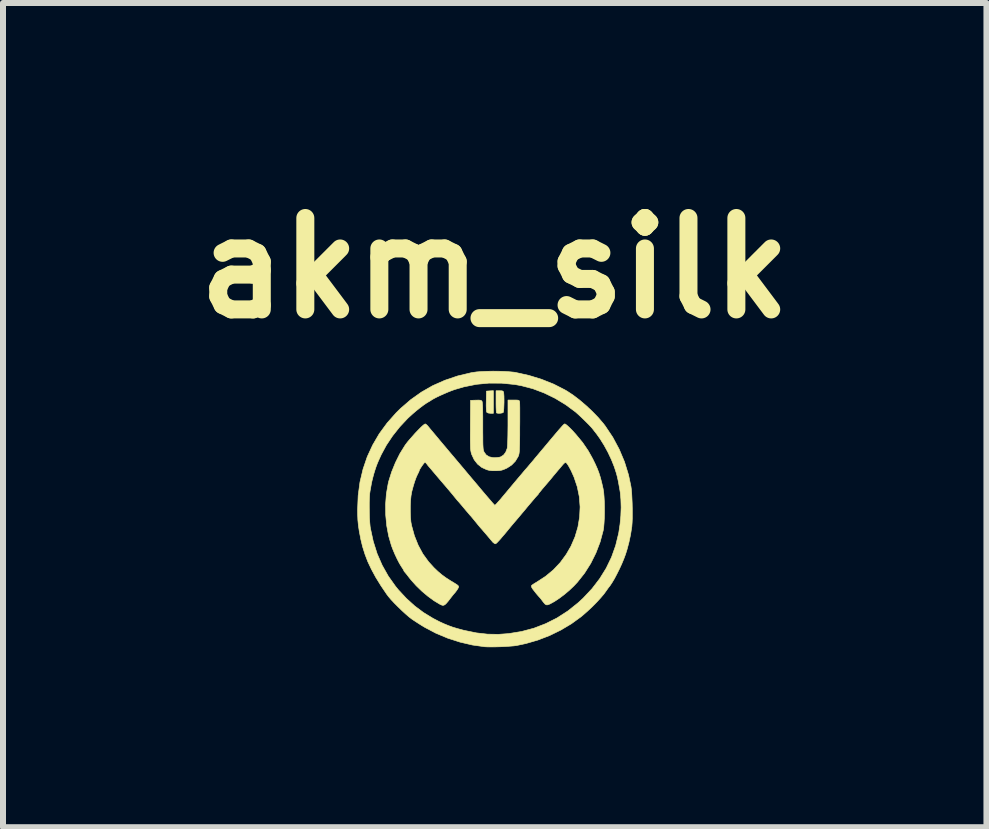
<source format=kicad_pcb>
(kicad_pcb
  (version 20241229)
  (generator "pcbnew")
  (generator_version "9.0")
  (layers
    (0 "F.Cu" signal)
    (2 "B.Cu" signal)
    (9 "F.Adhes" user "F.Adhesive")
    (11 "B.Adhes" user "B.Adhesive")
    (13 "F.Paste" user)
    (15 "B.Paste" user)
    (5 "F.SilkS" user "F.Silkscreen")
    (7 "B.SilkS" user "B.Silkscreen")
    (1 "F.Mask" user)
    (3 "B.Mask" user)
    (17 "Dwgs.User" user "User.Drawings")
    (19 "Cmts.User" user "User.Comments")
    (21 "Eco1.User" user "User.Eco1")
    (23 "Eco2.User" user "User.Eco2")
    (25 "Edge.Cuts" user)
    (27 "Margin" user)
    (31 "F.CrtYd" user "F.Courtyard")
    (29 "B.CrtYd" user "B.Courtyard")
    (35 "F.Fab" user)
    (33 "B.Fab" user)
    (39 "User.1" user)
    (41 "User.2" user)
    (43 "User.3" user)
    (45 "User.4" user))
  (footprint "akm_silk"
    (layer "F.Cu")
    (at 5.196 5.418)
    (property "Reference" "akm_silk" (at 0 -4 0) (layer "F.SilkS") (effects (font (size 1.524 1.524) (thickness 0.3))))
    (attr through_hole)
    (fp_poly (pts (xy -0.022 -1.579) (xy -0.07 -1.579) (xy -0.105 -1.583) (xy -0.128 -1.592) (xy -0.131 -1.595) (xy -0.137 -1.612) (xy -0.14 -1.649) (xy -0.142 -1.706) (xy -0.141 -1.779) (xy -0.138 -1.949) (xy -0.08 -1.953) (xy -0.022 -1.956) (xy -0.022 -1.579)) (stroke (width 0.01) (type solid)) (fill yes) (layer "F.SilkS"))
    (fp_poly (pts (xy 0.117 -1.954) (xy 0.136 -1.949) (xy 0.145 -1.938) (xy 0.148 -1.93) (xy 0.151 -1.904) (xy 0.154 -1.864) (xy 0.155 -1.814) (xy 0.155 -1.76) (xy 0.153 -1.706) (xy 0.151 -1.658) (xy 0.148 -1.62) (xy 0.143 -1.597) (xy 0.141 -1.592) (xy 0.123 -1.585) (xy 0.093 -1.58) (xy 0.061 -1.579) (xy 0.036 -1.583) (xy 0.029 -1.587) (xy 0.027 -1.6) (xy 0.025 -1.631) (xy 0.023 -1.676) (xy 0.022 -1.732) (xy 0.022 -1.774) (xy 0.022 -1.955) (xy 0.082 -1.955) (xy 0.117 -1.954)) (stroke (width 0.01) (type solid)) (fill yes) (layer "F.SilkS"))
    (fp_poly (pts (xy 0.36 -1.8) (xy 0.388 -1.798) (xy 0.404 -1.793) (xy 0.411 -1.784) (xy 0.414 -1.775) (xy 0.416 -1.759) (xy 0.417 -1.723) (xy 0.418 -1.67) (xy 0.418 -1.603) (xy 0.418 -1.524) (xy 0.418 -1.436) (xy 0.417 -1.342) (xy 0.417 -1.331) (xy 0.417 -1.223) (xy 0.416 -1.135) (xy 0.415 -1.065) (xy 0.413 -1.01) (xy 0.412 -0.967) (xy 0.409 -0.935) (xy 0.406 -0.911) (xy 0.402 -0.892) (xy 0.398 -0.877) (xy 0.392 -0.863) (xy 0.39 -0.858) (xy 0.343 -0.78) (xy 0.283 -0.718) (xy 0.207 -0.668) (xy 0.201 -0.665) (xy 0.156 -0.645) (xy 0.119 -0.632) (xy 0.081 -0.625) (xy 0.031 -0.622) (xy 0.024 -0.622) (xy -0.041 -0.622) (xy -0.092 -0.628) (xy -0.133 -0.639) (xy -0.216 -0.677) (xy -0.286 -0.733) (xy -0.342 -0.805) (xy -0.383 -0.892) (xy -0.387 -0.905) (xy -0.393 -0.925) (xy -0.397 -0.945) (xy -0.401 -0.968) (xy -0.404 -0.996) (xy -0.405 -1.033) (xy -0.406 -1.08) (xy -0.407 -1.14) (xy -0.407 -1.215) (xy -0.406 -1.309) (xy -0.406 -1.385) (xy -0.403 -1.795) (xy -0.315 -1.798) (xy -0.269 -1.799) (xy -0.24 -1.797) (xy -0.223 -1.791) (xy -0.213 -1.782) (xy -0.209 -1.771) (xy -0.206 -1.75) (xy -0.203 -1.716) (xy -0.201 -1.668) (xy -0.2 -1.603) (xy -0.199 -1.521) (xy -0.199 -1.419) (xy -0.199 -1.371) (xy -0.199 -1.267) (xy -0.198 -1.183) (xy -0.198 -1.116) (xy -0.197 -1.063) (xy -0.195 -1.024) (xy -0.193 -0.994) (xy -0.19 -0.972) (xy -0.186 -0.956) (xy -0.181 -0.942) (xy -0.177 -0.933) (xy -0.143 -0.886) (xy -0.095 -0.855) (xy -0.033 -0.841) (xy -0.001 -0.839) (xy 0.043 -0.842) (xy 0.083 -0.848) (xy 0.104 -0.855) (xy 0.148 -0.884) (xy 0.183 -0.93) (xy 0.206 -0.989) (xy 0.21 -1.005) (xy 0.212 -1.03) (xy 0.215 -1.074) (xy 0.217 -1.134) (xy 0.219 -1.207) (xy 0.22 -1.289) (xy 0.221 -1.377) (xy 0.221 -1.432) (xy 0.221 -1.8) (xy 0.315 -1.8) (xy 0.36 -1.8)) (stroke (width 0.01) (type solid)) (fill yes) (layer "F.SilkS"))
    (fp_poly (pts (xy 0.07 -2.28) (xy 0.166 -2.277) (xy 0.252 -2.271) (xy 0.325 -2.264) (xy 0.348 -2.26) (xy 0.568 -2.211) (xy 0.78 -2.146) (xy 0.981 -2.066) (xy 1.167 -1.971) (xy 1.207 -1.948) (xy 1.307 -1.882) (xy 1.413 -1.801) (xy 1.521 -1.709) (xy 1.626 -1.611) (xy 1.723 -1.511) (xy 1.807 -1.413) (xy 1.841 -1.369) (xy 1.968 -1.179) (xy 2.075 -0.979) (xy 2.163 -0.77) (xy 2.23 -0.553) (xy 2.27 -0.364) (xy 2.277 -0.314) (xy 2.283 -0.246) (xy 2.287 -0.167) (xy 2.291 -0.08) (xy 2.293 0.01) (xy 2.293 0.097) (xy 2.293 0.177) (xy 2.29 0.246) (xy 2.286 0.298) (xy 2.286 0.304) (xy 2.264 0.445) (xy 2.237 0.572) (xy 2.204 0.696) (xy 2.18 0.772) (xy 2.152 0.847) (xy 2.118 0.929) (xy 2.079 1.014) (xy 2.037 1.098) (xy 1.996 1.176) (xy 1.956 1.243) (xy 1.92 1.297) (xy 1.903 1.318) (xy 1.883 1.345) (xy 1.862 1.375) (xy 1.821 1.432) (xy 1.765 1.498) (xy 1.698 1.571) (xy 1.624 1.646) (xy 1.545 1.72) (xy 1.465 1.79) (xy 1.436 1.814) (xy 1.276 1.93) (xy 1.101 2.034) (xy 0.915 2.125) (xy 0.72 2.2) (xy 0.521 2.258) (xy 0.362 2.292) (xy 0.314 2.298) (xy 0.25 2.303) (xy 0.175 2.308) (xy 0.094 2.312) (xy 0.014 2.314) (xy -0.06 2.315) (xy -0.123 2.314) (xy -0.166 2.312) (xy -0.372 2.283) (xy -0.581 2.234) (xy -0.786 2.168) (xy -0.983 2.085) (xy -1.165 1.989) (xy -1.223 1.954) (xy -1.286 1.914) (xy -1.344 1.876) (xy -1.38 1.852) (xy -1.428 1.815) (xy -1.485 1.766) (xy -1.547 1.709) (xy -1.611 1.647) (xy -1.673 1.585) (xy -1.728 1.526) (xy -1.772 1.474) (xy -1.797 1.441) (xy -1.898 1.292) (xy -1.983 1.154) (xy -2.054 1.023) (xy -2.114 0.897) (xy -2.162 0.772) (xy -2.202 0.645) (xy -2.234 0.513) (xy -2.236 0.5) (xy -2.257 0.391) (xy -2.272 0.293) (xy -2.281 0.2) (xy -2.285 0.103) (xy -2.286 0.025) (xy -2.284 -0.013) (xy -2.091 -0.013) (xy -2.09 0.075) (xy -2.088 0.16) (xy -2.083 0.238) (xy -2.077 0.305) (xy -2.072 0.337) (xy -2.025 0.555) (xy -1.96 0.761) (xy -1.876 0.954) (xy -1.774 1.135) (xy -1.654 1.304) (xy -1.606 1.363) (xy -1.472 1.507) (xy -1.334 1.632) (xy -1.187 1.742) (xy -1.028 1.839) (xy -0.922 1.894) (xy -0.846 1.929) (xy -0.773 1.959) (xy -0.699 1.986) (xy -0.618 2.01) (xy -0.522 2.036) (xy -0.495 2.042) (xy -0.305 2.081) (xy -0.12 2.102) (xy 0.063 2.105) (xy 0.231 2.093) (xy 0.446 2.058) (xy 0.653 2.003) (xy 0.85 1.927) (xy 1.039 1.832) (xy 1.219 1.716) (xy 1.388 1.581) (xy 1.473 1.503) (xy 1.622 1.344) (xy 1.75 1.177) (xy 1.858 1.003) (xy 1.947 0.819) (xy 2.016 0.625) (xy 2.066 0.42) (xy 2.069 0.403) (xy 2.089 0.268) (xy 2.102 0.128) (xy 2.107 -0.011) (xy 2.103 -0.143) (xy 2.092 -0.263) (xy 2.087 -0.293) (xy 2.071 -0.384) (xy 2.057 -0.459) (xy 2.043 -0.522) (xy 2.028 -0.579) (xy 2.01 -0.635) (xy 1.993 -0.687) (xy 1.946 -0.805) (xy 1.888 -0.928) (xy 1.823 -1.047) (xy 1.754 -1.157) (xy 1.697 -1.237) (xy 1.669 -1.272) (xy 1.646 -1.302) (xy 1.631 -1.321) (xy 1.629 -1.324) (xy 1.61 -1.346) (xy 1.579 -1.379) (xy 1.539 -1.42) (xy 1.493 -1.465) (xy 1.447 -1.51) (xy 1.403 -1.551) (xy 1.365 -1.585) (xy 1.346 -1.602) (xy 1.182 -1.723) (xy 1.007 -1.829) (xy 0.824 -1.918) (xy 0.636 -1.989) (xy 0.445 -2.039) (xy 0.337 -2.059) (xy 0.118 -2.081) (xy -0.096 -2.082) (xy -0.306 -2.062) (xy -0.514 -2.02) (xy -0.665 -1.976) (xy -0.718 -1.957) (xy -0.779 -1.933) (xy -0.844 -1.905) (xy -0.907 -1.877) (xy -0.966 -1.849) (xy -1.014 -1.824) (xy -1.049 -1.804) (xy -1.06 -1.796) (xy -1.083 -1.781) (xy -1.105 -1.769) (xy -1.141 -1.747) (xy -1.19 -1.713) (xy -1.247 -1.67) (xy -1.307 -1.622) (xy -1.367 -1.571) (xy -1.422 -1.521) (xy -1.451 -1.494) (xy -1.584 -1.352) (xy -1.703 -1.202) (xy -1.807 -1.046) (xy -1.892 -0.889) (xy -1.926 -0.814) (xy -1.943 -0.776) (xy -1.959 -0.738) (xy -1.96 -0.735) (xy -1.976 -0.693) (xy -1.995 -0.636) (xy -2.015 -0.571) (xy -2.033 -0.504) (xy -2.048 -0.443) (xy -2.058 -0.393) (xy -2.06 -0.381) (xy -2.064 -0.359) (xy -2.07 -0.323) (xy -2.077 -0.287) (xy -2.084 -0.239) (xy -2.088 -0.175) (xy -2.091 -0.097) (xy -2.091 -0.013) (xy -2.284 -0.013) (xy -2.276 -0.209) (xy -2.246 -0.433) (xy -2.195 -0.648) (xy -2.125 -0.854) (xy -2.034 -1.051) (xy -1.924 -1.239) (xy -1.793 -1.418) (xy -1.642 -1.588) (xy -1.57 -1.659) (xy -1.401 -1.805) (xy -1.222 -1.932) (xy -1.033 -2.04) (xy -0.832 -2.129) (xy -0.62 -2.201) (xy -0.394 -2.255) (xy -0.364 -2.26) (xy -0.301 -2.269) (xy -0.22 -2.275) (xy -0.128 -2.279) (xy -0.03 -2.281) (xy 0.07 -2.28)) (stroke (width 0.01) (type solid)) (fill yes) (layer "F.SilkS"))
    (fp_poly (pts (xy 1.184 -1.395) (xy 1.212 -1.372) (xy 1.249 -1.338) (xy 1.292 -1.295) (xy 1.338 -1.244) (xy 1.35 -1.231) (xy 1.465 -1.092) (xy 1.56 -0.952) (xy 1.633 -0.821) (xy 1.675 -0.735) (xy 1.709 -0.659) (xy 1.737 -0.586) (xy 1.761 -0.51) (xy 1.783 -0.425) (xy 1.806 -0.325) (xy 1.807 -0.32) (xy 1.816 -0.265) (xy 1.822 -0.193) (xy 1.827 -0.108) (xy 1.829 -0.017) (xy 1.829 0.077) (xy 1.827 0.169) (xy 1.822 0.253) (xy 1.816 0.325) (xy 1.808 0.375) (xy 1.757 0.565) (xy 1.687 0.748) (xy 1.6 0.923) (xy 1.497 1.086) (xy 1.378 1.236) (xy 1.32 1.298) (xy 1.242 1.372) (xy 1.159 1.442) (xy 1.075 1.505) (xy 0.995 1.558) (xy 0.922 1.598) (xy 0.903 1.606) (xy 0.878 1.614) (xy 0.859 1.613) (xy 0.839 1.601) (xy 0.815 1.574) (xy 0.792 1.544) (xy 0.771 1.516) (xy 0.753 1.494) (xy 0.748 1.489) (xy 0.723 1.461) (xy 0.693 1.426) (xy 0.664 1.389) (xy 0.638 1.356) (xy 0.622 1.332) (xy 0.619 1.328) (xy 0.612 1.305) (xy 0.613 1.292) (xy 0.625 1.282) (xy 0.651 1.264) (xy 0.687 1.242) (xy 0.699 1.235) (xy 0.848 1.138) (xy 0.978 1.03) (xy 1.093 0.908) (xy 1.193 0.771) (xy 1.271 0.636) (xy 1.339 0.479) (xy 1.387 0.316) (xy 1.415 0.149) (xy 1.423 -0.019) (xy 1.41 -0.188) (xy 1.376 -0.354) (xy 1.322 -0.515) (xy 1.274 -0.622) (xy 1.241 -0.684) (xy 1.215 -0.727) (xy 1.195 -0.752) (xy 1.18 -0.761) (xy 1.178 -0.761) (xy 1.165 -0.753) (xy 1.143 -0.732) (xy 1.118 -0.703) (xy 1.089 -0.668) (xy 1.062 -0.637) (xy 1.046 -0.618) (xy 1.026 -0.594) (xy 0.999 -0.562) (xy 0.977 -0.536) (xy 0.953 -0.506) (xy 0.919 -0.465) (xy 0.879 -0.418) (xy 0.837 -0.369) (xy 0.831 -0.362) (xy 0.794 -0.319) (xy 0.764 -0.282) (xy 0.741 -0.254) (xy 0.73 -0.239) (xy 0.729 -0.236) (xy 0.721 -0.224) (xy 0.714 -0.217) (xy 0.703 -0.205) (xy 0.679 -0.179) (xy 0.647 -0.141) (xy 0.607 -0.094) (xy 0.563 -0.042) (xy 0.551 -0.028) (xy 0.502 0.032) (xy 0.452 0.091) (xy 0.406 0.146) (xy 0.367 0.192) (xy 0.338 0.226) (xy 0.337 0.227) (xy 0.302 0.268) (xy 0.268 0.309) (xy 0.24 0.343) (xy 0.234 0.35) (xy 0.208 0.382) (xy 0.184 0.411) (xy 0.175 0.422) (xy 0.124 0.481) (xy 0.086 0.526) (xy 0.057 0.557) (xy 0.037 0.578) (xy 0.023 0.59) (xy 0.013 0.595) (xy 0.009 0.596) (xy -0.008 0.588) (xy -0.032 0.569) (xy -0.04 0.559) (xy -0.064 0.531) (xy -0.095 0.494) (xy -0.121 0.463) (xy -0.154 0.424) (xy -0.188 0.385) (xy -0.21 0.359) (xy -0.236 0.33) (xy -0.269 0.291) (xy -0.304 0.248) (xy -0.317 0.232) (xy -0.349 0.193) (xy -0.377 0.159) (xy -0.398 0.134) (xy -0.405 0.127) (xy -0.42 0.11) (xy -0.445 0.08) (xy -0.478 0.042) (xy -0.513 0) (xy -0.548 -0.042) (xy -0.579 -0.078) (xy -0.602 -0.105) (xy -0.615 -0.119) (xy -0.615 -0.119) (xy -0.629 -0.135) (xy -0.651 -0.162) (xy -0.67 -0.185) (xy -0.698 -0.22) (xy -0.734 -0.263) (xy -0.769 -0.305) (xy -0.773 -0.309) (xy -0.804 -0.346) (xy -0.833 -0.38) (xy -0.854 -0.404) (xy -0.857 -0.408) (xy -0.874 -0.428) (xy -0.902 -0.46) (xy -0.935 -0.499) (xy -0.957 -0.525) (xy -0.989 -0.563) (xy -1.017 -0.596) (xy -1.037 -0.619) (xy -1.044 -0.628) (xy -1.058 -0.645) (xy -1.08 -0.67) (xy -1.086 -0.677) (xy -1.111 -0.706) (xy -1.131 -0.733) (xy -1.135 -0.737) (xy -1.151 -0.756) (xy -1.164 -0.762) (xy -1.174 -0.753) (xy -1.192 -0.731) (xy -1.213 -0.702) (xy -1.234 -0.67) (xy -1.251 -0.642) (xy -1.259 -0.623) (xy -1.259 -0.621) (xy -1.264 -0.607) (xy -1.276 -0.581) (xy -1.283 -0.569) (xy -1.308 -0.514) (xy -1.334 -0.443) (xy -1.359 -0.361) (xy -1.383 -0.272) (xy -1.383 -0.271) (xy -1.395 -0.204) (xy -1.403 -0.122) (xy -1.407 -0.031) (xy -1.407 0.062) (xy -1.404 0.152) (xy -1.397 0.232) (xy -1.387 0.287) (xy -1.339 0.461) (xy -1.276 0.619) (xy -1.198 0.764) (xy -1.102 0.896) (xy -1.014 0.993) (xy -0.946 1.058) (xy -0.881 1.113) (xy -0.811 1.164) (xy -0.73 1.216) (xy -0.704 1.231) (xy -0.657 1.26) (xy -0.626 1.28) (xy -0.609 1.295) (xy -0.602 1.307) (xy -0.603 1.319) (xy -0.615 1.345) (xy -0.638 1.379) (xy -0.664 1.413) (xy -0.676 1.426) (xy -0.69 1.442) (xy -0.712 1.47) (xy -0.737 1.502) (xy -0.777 1.554) (xy -0.808 1.59) (xy -0.832 1.612) (xy -0.853 1.621) (xy -0.874 1.621) (xy -0.899 1.611) (xy -0.917 1.602) (xy -1.013 1.544) (xy -1.114 1.47) (xy -1.214 1.386) (xy -1.309 1.294) (xy -1.394 1.199) (xy -1.434 1.149) (xy -1.462 1.112) (xy -1.486 1.083) (xy -1.501 1.065) (xy -1.505 1.062) (xy -1.513 1.049) (xy -1.513 1.048) (xy -1.519 1.034) (xy -1.534 1.008) (xy -1.553 0.98) (xy -1.587 0.925) (xy -1.624 0.854) (xy -1.662 0.774) (xy -1.697 0.691) (xy -1.722 0.625) (xy -1.768 0.466) (xy -1.8 0.295) (xy -1.817 0.117) (xy -1.819 -0.061) (xy -1.806 -0.236) (xy -1.777 -0.402) (xy -1.767 -0.446) (xy -1.718 -0.602) (xy -1.655 -0.757) (xy -1.582 -0.904) (xy -1.5 -1.037) (xy -1.485 -1.059) (xy -1.454 -1.1) (xy -1.415 -1.146) (xy -1.371 -1.196) (xy -1.326 -1.247) (xy -1.281 -1.294) (xy -1.239 -1.337) (xy -1.203 -1.371) (xy -1.176 -1.393) (xy -1.16 -1.402) (xy -1.159 -1.403) (xy -1.143 -1.394) (xy -1.121 -1.374) (xy -1.11 -1.361) (xy -1.096 -1.344) (xy -1.07 -1.312) (xy -1.032 -1.267) (xy -0.985 -1.211) (xy -0.931 -1.146) (xy -0.87 -1.073) (xy -0.804 -0.995) (xy -0.752 -0.933) (xy -0.675 -0.842) (xy -0.594 -0.746) (xy -0.512 -0.649) (xy -0.432 -0.553) (xy -0.356 -0.463) (xy -0.288 -0.383) (xy -0.231 -0.314) (xy -0.217 -0.298) (xy -0.164 -0.235) (xy -0.115 -0.178) (xy -0.072 -0.128) (xy -0.038 -0.088) (xy -0.013 -0.061) (xy -0.000289 -0.047) (xy 0.001 -0.046) (xy 0.011 -0.053) (xy 0.032 -0.074) (xy 0.061 -0.107) (xy 0.097 -0.147) (xy 0.114 -0.168) (xy 0.188 -0.256) (xy 0.258 -0.34) (xy 0.323 -0.418) (xy 0.382 -0.488) (xy 0.433 -0.548) (xy 0.474 -0.597) (xy 0.505 -0.634) (xy 0.525 -0.656) (xy 0.531 -0.663) (xy 0.539 -0.672) (xy 0.56 -0.697) (xy 0.591 -0.734) (xy 0.632 -0.782) (xy 0.679 -0.839) (xy 0.733 -0.903) (xy 0.767 -0.944) (xy 0.852 -1.045) (xy 0.923 -1.13) (xy 0.982 -1.2) (xy 1.031 -1.258) (xy 1.07 -1.304) (xy 1.101 -1.339) (xy 1.124 -1.365) (xy 1.141 -1.383) (xy 1.153 -1.394) (xy 1.161 -1.4) (xy 1.167 -1.402) (xy 1.168 -1.403) (xy 1.184 -1.395)) (stroke (width 0.01) (type solid)) (fill yes) (layer "F.SilkS")))
  (gr_rect
    (start -3 -3)
    (end 13.392 10.738)
    (stroke (width 0.1) (type default))
    (fill no)
    (layer "Edge.Cuts")))
</source>
